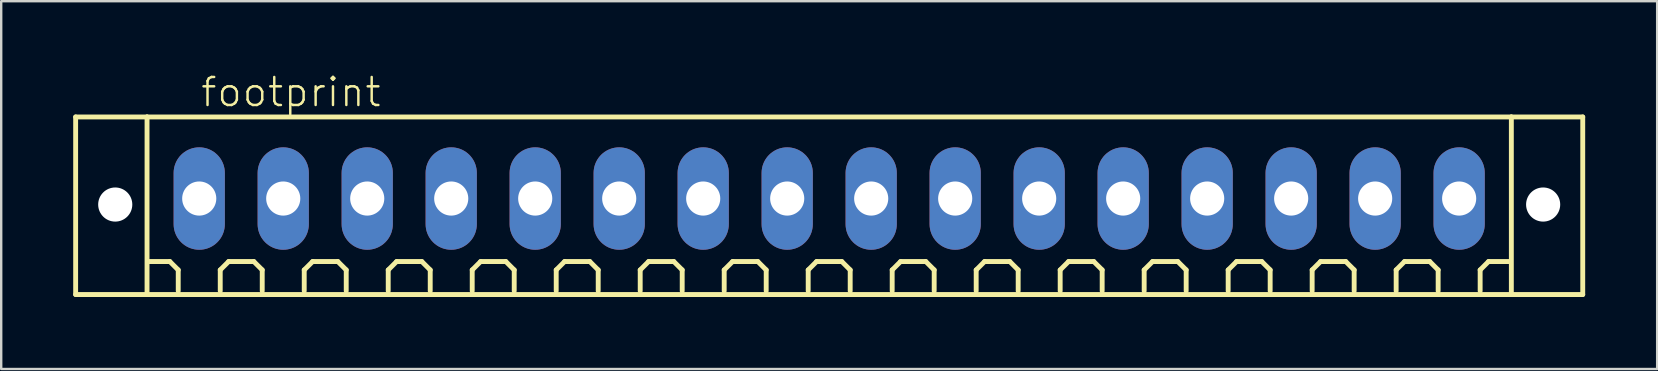
<source format=kicad_pcb>
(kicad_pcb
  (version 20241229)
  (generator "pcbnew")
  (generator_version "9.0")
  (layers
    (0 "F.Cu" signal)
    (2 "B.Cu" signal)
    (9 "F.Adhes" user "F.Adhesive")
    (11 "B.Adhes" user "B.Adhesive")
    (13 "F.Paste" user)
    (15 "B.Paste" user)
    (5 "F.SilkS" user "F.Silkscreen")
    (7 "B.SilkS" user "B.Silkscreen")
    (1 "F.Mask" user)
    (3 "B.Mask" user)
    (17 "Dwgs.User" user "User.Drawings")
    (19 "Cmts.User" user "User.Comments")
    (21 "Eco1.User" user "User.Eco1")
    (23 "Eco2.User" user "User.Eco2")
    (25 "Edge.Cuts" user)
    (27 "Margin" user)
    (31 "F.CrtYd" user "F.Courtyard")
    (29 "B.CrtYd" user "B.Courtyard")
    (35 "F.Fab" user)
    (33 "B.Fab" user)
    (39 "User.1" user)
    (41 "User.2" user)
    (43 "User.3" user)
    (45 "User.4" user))
  (footprint "footprint"
    (layer "F.Cu")
    (at 31.502 5.223)
    (property "Reference" "footprint" (at -26.25 -3.75 0) (layer "F.SilkS") (effects (font (size 1.168 1.168) (thickness 0.102)) (justify left bottom)))
    (fp_line (start -31.4 -3.4) (end -28.425 -3.4) (stroke (width 0.203) (type solid)) (layer "F.SilkS"))
    (fp_line (start -31.4 4) (end -31.4 -3.4) (stroke (width 0.203) (type solid)) (layer "F.SilkS"))
    (fp_line (start -28.425 -3.4) (end 28.425 -3.4) (stroke (width 0.203) (type solid)) (layer "F.SilkS"))
    (fp_line (start -28.425 4) (end -31.4 4) (stroke (width 0.203) (type solid)) (layer "F.SilkS"))
    (fp_line (start -28.425 4) (end -28.425 -3.4) (stroke (width 0.203) (type solid)) (layer "F.SilkS"))
    (fp_line (start -27.475 2.625) (end -28.35 2.625) (stroke (width 0.203) (type solid)) (layer "F.SilkS"))
    (fp_line (start -27.125 2.975) (end -27.475 2.625) (stroke (width 0.203) (type solid)) (layer "F.SilkS"))
    (fp_line (start -27.125 3.85) (end -27.125 2.975) (stroke (width 0.203) (type solid)) (layer "F.SilkS"))
    (fp_line (start -25.375 2.975) (end -25.025 2.625) (stroke (width 0.203) (type solid)) (layer "F.SilkS"))
    (fp_line (start -25.375 3.85) (end -25.375 2.975) (stroke (width 0.203) (type solid)) (layer "F.SilkS"))
    (fp_line (start -25.025 2.625) (end -23.975 2.625) (stroke (width 0.203) (type solid)) (layer "F.SilkS"))
    (fp_line (start -23.975 2.625) (end -23.625 2.975) (stroke (width 0.203) (type solid)) (layer "F.SilkS"))
    (fp_line (start -23.625 2.975) (end -23.625 3.85) (stroke (width 0.203) (type solid)) (layer "F.SilkS"))
    (fp_line (start -21.875 2.975) (end -21.525 2.625) (stroke (width 0.203) (type solid)) (layer "F.SilkS"))
    (fp_line (start -21.875 3.85) (end -21.875 2.975) (stroke (width 0.203) (type solid)) (layer "F.SilkS"))
    (fp_line (start -21.525 2.625) (end -20.475 2.625) (stroke (width 0.203) (type solid)) (layer "F.SilkS"))
    (fp_line (start -20.475 2.625) (end -20.125 2.975) (stroke (width 0.203) (type solid)) (layer "F.SilkS"))
    (fp_line (start -20.125 2.975) (end -20.125 3.85) (stroke (width 0.203) (type solid)) (layer "F.SilkS"))
    (fp_line (start -18.375 2.975) (end -18.025 2.625) (stroke (width 0.203) (type solid)) (layer "F.SilkS"))
    (fp_line (start -18.375 3.85) (end -18.375 2.975) (stroke (width 0.203) (type solid)) (layer "F.SilkS"))
    (fp_line (start -18.025 2.625) (end -16.975 2.625) (stroke (width 0.203) (type solid)) (layer "F.SilkS"))
    (fp_line (start -16.975 2.625) (end -16.625 2.975) (stroke (width 0.203) (type solid)) (layer "F.SilkS"))
    (fp_line (start -16.625 2.975) (end -16.625 3.85) (stroke (width 0.203) (type solid)) (layer "F.SilkS"))
    (fp_line (start -14.875 2.975) (end -14.525 2.625) (stroke (width 0.203) (type solid)) (layer "F.SilkS"))
    (fp_line (start -14.875 3.85) (end -14.875 2.975) (stroke (width 0.203) (type solid)) (layer "F.SilkS"))
    (fp_line (start -14.525 2.625) (end -13.475 2.625) (stroke (width 0.203) (type solid)) (layer "F.SilkS"))
    (fp_line (start -13.475 2.625) (end -13.125 2.975) (stroke (width 0.203) (type solid)) (layer "F.SilkS"))
    (fp_line (start -13.125 2.975) (end -13.125 3.85) (stroke (width 0.203) (type solid)) (layer "F.SilkS"))
    (fp_line (start -11.375 2.975) (end -11.025 2.625) (stroke (width 0.203) (type solid)) (layer "F.SilkS"))
    (fp_line (start -11.375 3.85) (end -11.375 2.975) (stroke (width 0.203) (type solid)) (layer "F.SilkS"))
    (fp_line (start -11.025 2.625) (end -9.975 2.625) (stroke (width 0.203) (type solid)) (layer "F.SilkS"))
    (fp_line (start -9.975 2.625) (end -9.625 2.975) (stroke (width 0.203) (type solid)) (layer "F.SilkS"))
    (fp_line (start -9.625 2.975) (end -9.625 3.85) (stroke (width 0.203) (type solid)) (layer "F.SilkS"))
    (fp_line (start -7.875 2.975) (end -7.525 2.625) (stroke (width 0.203) (type solid)) (layer "F.SilkS"))
    (fp_line (start -7.875 3.85) (end -7.875 2.975) (stroke (width 0.203) (type solid)) (layer "F.SilkS"))
    (fp_line (start -7.525 2.625) (end -6.475 2.625) (stroke (width 0.203) (type solid)) (layer "F.SilkS"))
    (fp_line (start -6.475 2.625) (end -6.125 2.975) (stroke (width 0.203) (type solid)) (layer "F.SilkS"))
    (fp_line (start -6.125 2.975) (end -6.125 3.85) (stroke (width 0.203) (type solid)) (layer "F.SilkS"))
    (fp_line (start -4.375 2.975) (end -4.025 2.625) (stroke (width 0.203) (type solid)) (layer "F.SilkS"))
    (fp_line (start -4.375 3.85) (end -4.375 2.975) (stroke (width 0.203) (type solid)) (layer "F.SilkS"))
    (fp_line (start -4.025 2.625) (end -2.975 2.625) (stroke (width 0.203) (type solid)) (layer "F.SilkS"))
    (fp_line (start -2.975 2.625) (end -2.625 2.975) (stroke (width 0.203) (type solid)) (layer "F.SilkS"))
    (fp_line (start -2.625 2.975) (end -2.625 3.85) (stroke (width 0.203) (type solid)) (layer "F.SilkS"))
    (fp_line (start -0.875 2.975) (end -0.525 2.625) (stroke (width 0.203) (type solid)) (layer "F.SilkS"))
    (fp_line (start -0.875 3.85) (end -0.875 2.975) (stroke (width 0.203) (type solid)) (layer "F.SilkS"))
    (fp_line (start -0.525 2.625) (end 0.525 2.625) (stroke (width 0.203) (type solid)) (layer "F.SilkS"))
    (fp_line (start 0.525 2.625) (end 0.875 2.975) (stroke (width 0.203) (type solid)) (layer "F.SilkS"))
    (fp_line (start 0.875 2.975) (end 0.875 3.85) (stroke (width 0.203) (type solid)) (layer "F.SilkS"))
    (fp_line (start 2.625 2.975) (end 2.975 2.625) (stroke (width 0.203) (type solid)) (layer "F.SilkS"))
    (fp_line (start 2.625 3.85) (end 2.625 2.975) (stroke (width 0.203) (type solid)) (layer "F.SilkS"))
    (fp_line (start 2.975 2.625) (end 4.025 2.625) (stroke (width 0.203) (type solid)) (layer "F.SilkS"))
    (fp_line (start 4.025 2.625) (end 4.375 2.975) (stroke (width 0.203) (type solid)) (layer "F.SilkS"))
    (fp_line (start 4.375 2.975) (end 4.375 3.85) (stroke (width 0.203) (type solid)) (layer "F.SilkS"))
    (fp_line (start 6.125 2.975) (end 6.475 2.625) (stroke (width 0.203) (type solid)) (layer "F.SilkS"))
    (fp_line (start 6.125 3.85) (end 6.125 2.975) (stroke (width 0.203) (type solid)) (layer "F.SilkS"))
    (fp_line (start 6.475 2.625) (end 7.525 2.625) (stroke (width 0.203) (type solid)) (layer "F.SilkS"))
    (fp_line (start 7.525 2.625) (end 7.875 2.975) (stroke (width 0.203) (type solid)) (layer "F.SilkS"))
    (fp_line (start 7.875 2.975) (end 7.875 3.85) (stroke (width 0.203) (type solid)) (layer "F.SilkS"))
    (fp_line (start 9.625 2.975) (end 9.975 2.625) (stroke (width 0.203) (type solid)) (layer "F.SilkS"))
    (fp_line (start 9.625 3.85) (end 9.625 2.975) (stroke (width 0.203) (type solid)) (layer "F.SilkS"))
    (fp_line (start 9.975 2.625) (end 11.025 2.625) (stroke (width 0.203) (type solid)) (layer "F.SilkS"))
    (fp_line (start 11.025 2.625) (end 11.375 2.975) (stroke (width 0.203) (type solid)) (layer "F.SilkS"))
    (fp_line (start 11.375 2.975) (end 11.375 3.85) (stroke (width 0.203) (type solid)) (layer "F.SilkS"))
    (fp_line (start 13.125 2.975) (end 13.475 2.625) (stroke (width 0.203) (type solid)) (layer "F.SilkS"))
    (fp_line (start 13.125 3.85) (end 13.125 2.975) (stroke (width 0.203) (type solid)) (layer "F.SilkS"))
    (fp_line (start 13.475 2.625) (end 14.525 2.625) (stroke (width 0.203) (type solid)) (layer "F.SilkS"))
    (fp_line (start 14.525 2.625) (end 14.875 2.975) (stroke (width 0.203) (type solid)) (layer "F.SilkS"))
    (fp_line (start 14.875 2.975) (end 14.875 3.85) (stroke (width 0.203) (type solid)) (layer "F.SilkS"))
    (fp_line (start 16.625 2.975) (end 16.975 2.625) (stroke (width 0.203) (type solid)) (layer "F.SilkS"))
    (fp_line (start 16.625 3.85) (end 16.625 2.975) (stroke (width 0.203) (type solid)) (layer "F.SilkS"))
    (fp_line (start 16.975 2.625) (end 18.025 2.625) (stroke (width 0.203) (type solid)) (layer "F.SilkS"))
    (fp_line (start 18.025 2.625) (end 18.375 2.975) (stroke (width 0.203) (type solid)) (layer "F.SilkS"))
    (fp_line (start 18.375 2.975) (end 18.375 3.85) (stroke (width 0.203) (type solid)) (layer "F.SilkS"))
    (fp_line (start 20.125 2.975) (end 20.475 2.625) (stroke (width 0.203) (type solid)) (layer "F.SilkS"))
    (fp_line (start 20.125 3.85) (end 20.125 2.975) (stroke (width 0.203) (type solid)) (layer "F.SilkS"))
    (fp_line (start 20.475 2.625) (end 21.525 2.625) (stroke (width 0.203) (type solid)) (layer "F.SilkS"))
    (fp_line (start 21.525 2.625) (end 21.875 2.975) (stroke (width 0.203) (type solid)) (layer "F.SilkS"))
    (fp_line (start 21.875 2.975) (end 21.875 3.85) (stroke (width 0.203) (type solid)) (layer "F.SilkS"))
    (fp_line (start 23.625 2.975) (end 23.975 2.625) (stroke (width 0.203) (type solid)) (layer "F.SilkS"))
    (fp_line (start 23.625 3.85) (end 23.625 2.975) (stroke (width 0.203) (type solid)) (layer "F.SilkS"))
    (fp_line (start 23.975 2.625) (end 25.025 2.625) (stroke (width 0.203) (type solid)) (layer "F.SilkS"))
    (fp_line (start 25.025 2.625) (end 25.375 2.975) (stroke (width 0.203) (type solid)) (layer "F.SilkS"))
    (fp_line (start 25.375 2.975) (end 25.375 3.85) (stroke (width 0.203) (type solid)) (layer "F.SilkS"))
    (fp_line (start 27.125 2.975) (end 27.475 2.625) (stroke (width 0.203) (type solid)) (layer "F.SilkS"))
    (fp_line (start 27.125 3.85) (end 27.125 2.975) (stroke (width 0.203) (type solid)) (layer "F.SilkS"))
    (fp_line (start 27.475 2.625) (end 28.35 2.625) (stroke (width 0.203) (type solid)) (layer "F.SilkS"))
    (fp_line (start 28.425 -3.4) (end 28.425 4) (stroke (width 0.203) (type solid)) (layer "F.SilkS"))
    (fp_line (start 28.425 -3.4) (end 31.4 -3.4) (stroke (width 0.203) (type solid)) (layer "F.SilkS"))
    (fp_line (start 28.425 4) (end -28.425 4) (stroke (width 0.203) (type solid)) (layer "F.SilkS"))
    (fp_line (start 31.4 -3.4) (end 31.4 4) (stroke (width 0.203) (type solid)) (layer "F.SilkS"))
    (fp_line (start 31.4 4) (end 28.425 4) (stroke (width 0.203) (type solid)) (layer "F.SilkS"))
    (pad "" np_thru_hole circle (at -29.75 0.25) (size 1.422 1.422) (drill 1.422) (layers "*.Cu" "*.Mask"))
    (pad "" np_thru_hole circle (at 29.75 0.25) (size 1.422 1.422) (drill 1.422) (layers "*.Cu" "*.Mask"))
    (pad "1" thru_hole oval (at -26.25 0 90) (size 4.267 2.134) (drill 1.422) (layers "*.Cu" "*.Mask"))
    (pad "2" thru_hole oval (at -22.75 0 90) (size 4.267 2.134) (drill 1.422) (layers "*.Cu" "*.Mask"))
    (pad "3" thru_hole oval (at -19.25 0 90) (size 4.267 2.134) (drill 1.422) (layers "*.Cu" "*.Mask"))
    (pad "4" thru_hole oval (at -15.75 0 90) (size 4.267 2.134) (drill 1.422) (layers "*.Cu" "*.Mask"))
    (pad "5" thru_hole oval (at -12.25 0 90) (size 4.267 2.134) (drill 1.422) (layers "*.Cu" "*.Mask"))
    (pad "6" thru_hole oval (at -8.75 0 90) (size 4.267 2.134) (drill 1.422) (layers "*.Cu" "*.Mask"))
    (pad "7" thru_hole oval (at -5.25 0 90) (size 4.267 2.134) (drill 1.422) (layers "*.Cu" "*.Mask"))
    (pad "8" thru_hole oval (at -1.75 0 90) (size 4.267 2.134) (drill 1.422) (layers "*.Cu" "*.Mask"))
    (pad "9" thru_hole oval (at 1.75 0 90) (size 4.267 2.134) (drill 1.422) (layers "*.Cu" "*.Mask"))
    (pad "10" thru_hole oval (at 5.25 0 90) (size 4.267 2.134) (drill 1.422) (layers "*.Cu" "*.Mask"))
    (pad "11" thru_hole oval (at 8.75 0 90) (size 4.267 2.134) (drill 1.422) (layers "*.Cu" "*.Mask"))
    (pad "12" thru_hole oval (at 12.25 0 90) (size 4.267 2.134) (drill 1.422) (layers "*.Cu" "*.Mask"))
    (pad "13" thru_hole oval (at 15.75 0 90) (size 4.267 2.134) (drill 1.422) (layers "*.Cu" "*.Mask"))
    (pad "14" thru_hole oval (at 19.25 0 90) (size 4.267 2.134) (drill 1.422) (layers "*.Cu" "*.Mask"))
    (pad "15" thru_hole oval (at 22.75 0 90) (size 4.267 2.134) (drill 1.422) (layers "*.Cu" "*.Mask"))
    (pad "16" thru_hole oval (at 26.25 0 90) (size 4.267 2.134) (drill 1.422) (layers "*.Cu" "*.Mask")))
  (gr_rect
    (start -3 -3)
    (end 66.003 12.325)
    (stroke (width 0.1) (type default))
    (fill no)
    (layer "Edge.Cuts")))
</source>
